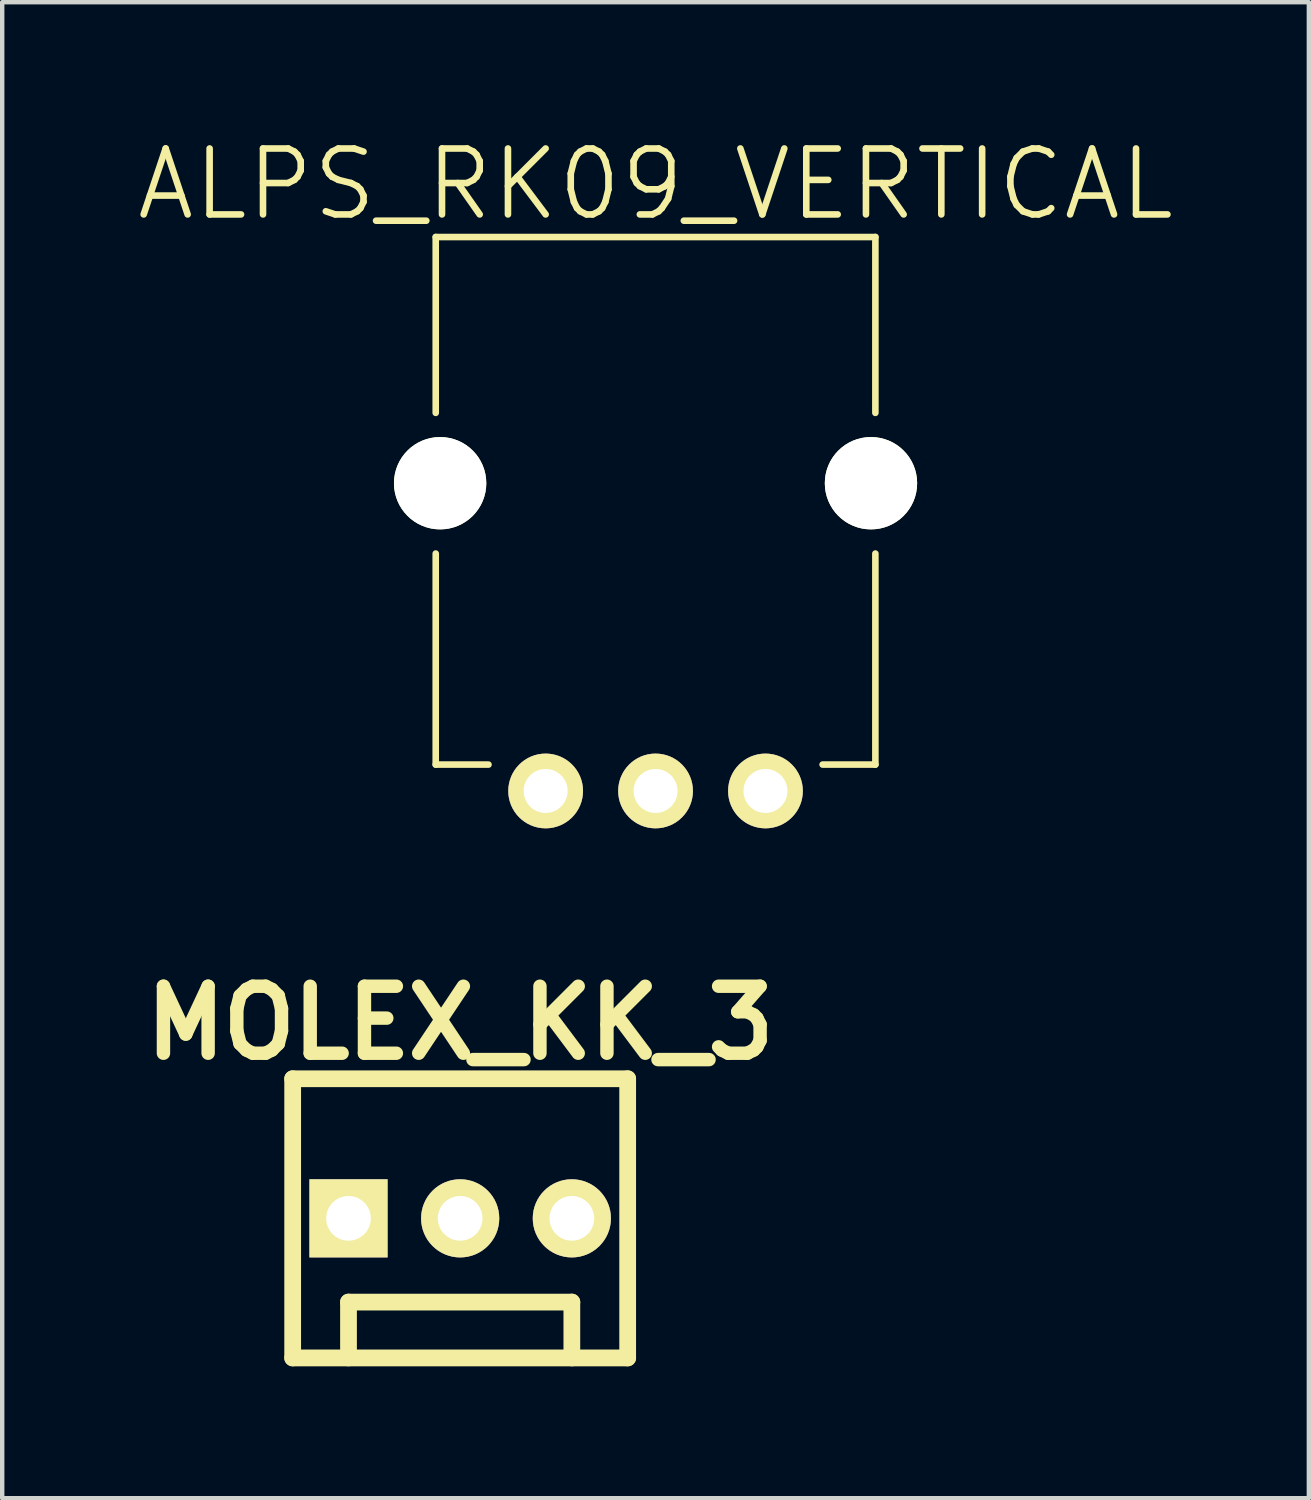
<source format=kicad_pcb>
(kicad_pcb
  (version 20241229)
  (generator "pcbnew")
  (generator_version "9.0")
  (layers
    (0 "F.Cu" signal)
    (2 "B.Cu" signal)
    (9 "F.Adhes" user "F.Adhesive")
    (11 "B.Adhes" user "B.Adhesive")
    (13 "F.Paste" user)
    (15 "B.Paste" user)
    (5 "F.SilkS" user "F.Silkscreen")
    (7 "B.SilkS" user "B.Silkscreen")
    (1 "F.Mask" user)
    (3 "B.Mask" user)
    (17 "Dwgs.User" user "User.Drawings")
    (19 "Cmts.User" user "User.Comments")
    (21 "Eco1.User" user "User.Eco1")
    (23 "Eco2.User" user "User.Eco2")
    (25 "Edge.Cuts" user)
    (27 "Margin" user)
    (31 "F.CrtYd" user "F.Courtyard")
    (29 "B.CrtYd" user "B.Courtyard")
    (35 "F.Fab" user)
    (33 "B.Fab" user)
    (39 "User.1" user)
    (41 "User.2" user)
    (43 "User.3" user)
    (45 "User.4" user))
  (footprint "MOLEX_KK_3"
    (layer "F.Cu")
    (at 7.417 24.662)
    (property "Reference" "MOLEX_KK_3" (at 0 -4.445 0) (layer "F.SilkS") (effects (font (size 1.524 1.524) (thickness 0.305))))
    (attr through_hole)
    (fp_line (start -3.81 3.175) (end -3.81 -3.175) (stroke (width 0.381) (type solid)) (layer "F.SilkS"))
    (fp_line (start -3.81 3.175) (end 3.81 3.175) (stroke (width 0.381) (type solid)) (layer "F.SilkS"))
    (fp_line (start -2.54 1.905) (end -2.54 3.175) (stroke (width 0.381) (type solid)) (layer "F.SilkS"))
    (fp_line (start -2.54 1.905) (end 2.54 1.905) (stroke (width 0.381) (type solid)) (layer "F.SilkS"))
    (fp_line (start 2.54 1.905) (end 2.54 3.175) (stroke (width 0.381) (type solid)) (layer "F.SilkS"))
    (fp_line (start 3.81 -3.175) (end -3.81 -3.175) (stroke (width 0.381) (type solid)) (layer "F.SilkS"))
    (fp_line (start 3.81 3.175) (end 3.81 -3.175) (stroke (width 0.381) (type solid)) (layer "F.SilkS"))
    (pad "1" thru_hole rect (at -2.54 0) (size 1.778 1.778) (drill 1.016) (layers "*.Cu" "*.Mask" "F.SilkS"))
    (pad "2" thru_hole circle (at 0 0) (size 1.778 1.778) (drill 1.016) (layers "*.Cu" "*.Mask" "F.SilkS"))
    (pad "3" thru_hole circle (at 2.54 0) (size 1.778 1.778) (drill 1.016) (layers "*.Cu" "*.Mask" "F.SilkS")))
  (footprint "ALPS_RK09_VERTICAL"
    (layer "F.Cu")
    (at 11.861 7.941)
    (property "Reference" "ALPS_RK09_VERTICAL" (at 0 -6.8 0) (layer "F.SilkS") (effects (font (size 1.5 1.5) (thickness 0.15))))
    (attr through_hole)
    (fp_line (start -5 -5.6) (end -5 -1.6) (stroke (width 0.15) (type solid)) (layer "F.SilkS"))
    (fp_line (start -5 1.6) (end -5 6.4) (stroke (width 0.15) (type solid)) (layer "F.SilkS"))
    (fp_line (start -5 6.4) (end -3.8 6.4) (stroke (width 0.15) (type solid)) (layer "F.SilkS"))
    (fp_line (start 3.8 6.4) (end 5 6.4) (stroke (width 0.15) (type solid)) (layer "F.SilkS"))
    (fp_line (start 5 -5.6) (end -5 -5.6) (stroke (width 0.15) (type solid)) (layer "F.SilkS"))
    (fp_line (start 5 -1.6) (end 5 -5.6) (stroke (width 0.15) (type solid)) (layer "F.SilkS"))
    (fp_line (start 5 6.4) (end 5 1.6) (stroke (width 0.15) (type solid)) (layer "F.SilkS"))
    (pad "" np_thru_hole circle (at -4.9 0) (size 2.1 2.1) (drill 2.1) (layers "*.Cu" "*.Mask" "F.SilkS"))
    (pad "" np_thru_hole circle (at 4.9 0) (size 2.1 2.1) (drill 2.1) (layers "*.Cu" "*.Mask" "F.SilkS"))
    (pad "1" thru_hole circle (at -2.5 7) (size 1.7 1.7) (drill 1) (layers "*.Cu" "*.Mask" "F.SilkS"))
    (pad "2" thru_hole circle (at 0 7) (size 1.7 1.7) (drill 1) (layers "*.Cu" "*.Mask" "F.SilkS"))
    (pad "3" thru_hole circle (at 2.5 7) (size 1.7 1.7) (drill 1) (layers "*.Cu" "*.Mask" "F.SilkS")))
  (gr_rect
    (start -3 -3)
    (end 26.721 31.028)
    (stroke (width 0.1) (type default))
    (fill no)
    (layer "Edge.Cuts")))
</source>
